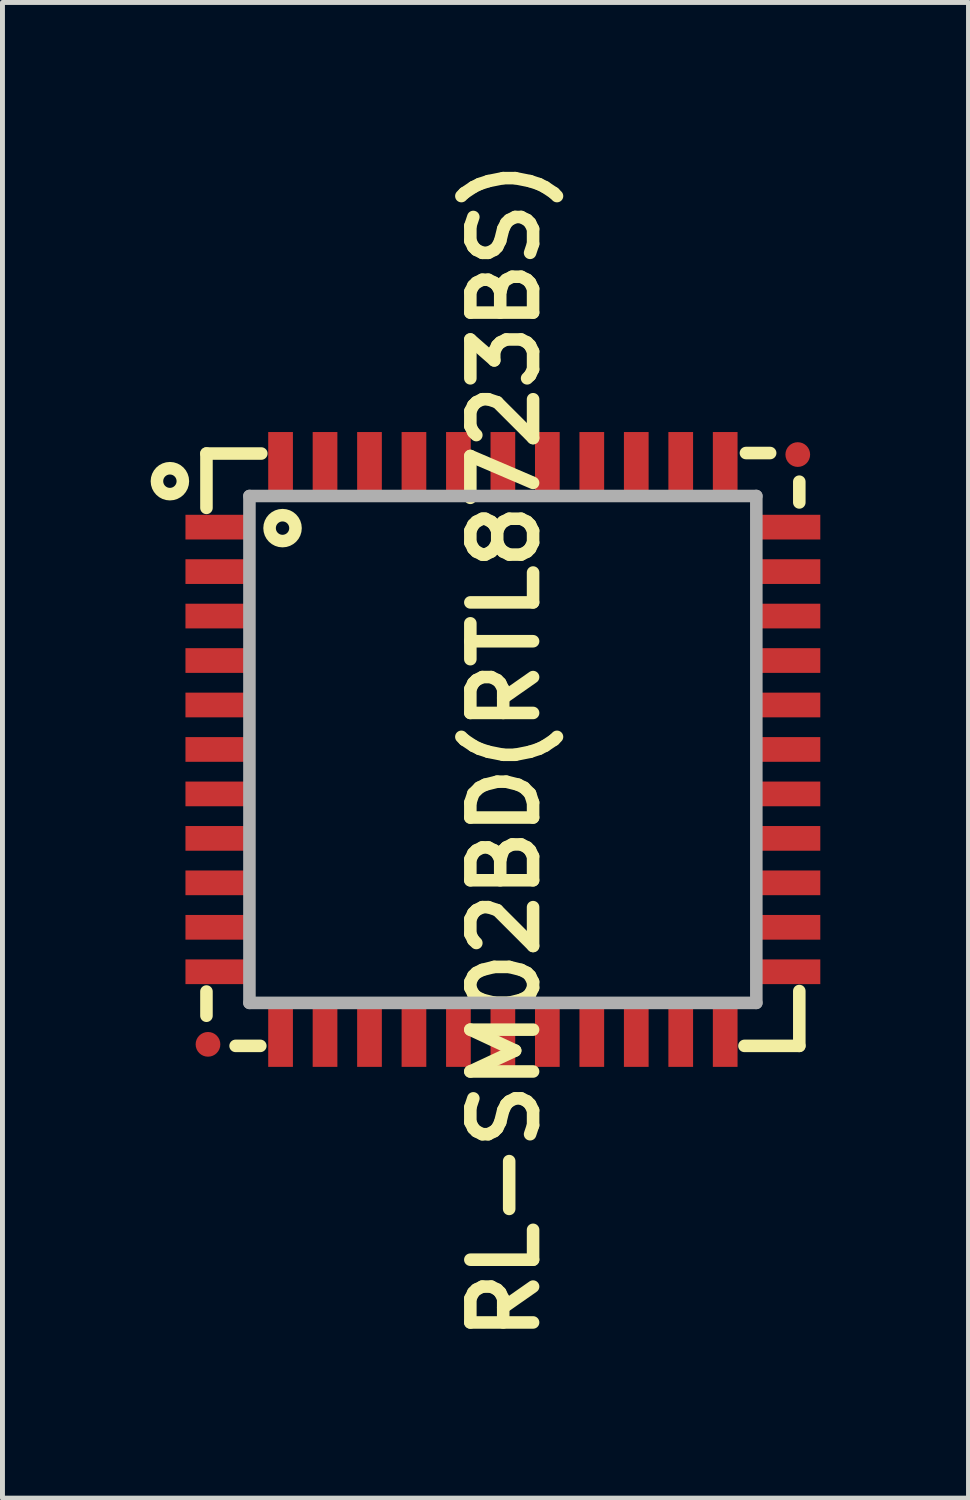
<source format=kicad_pcb>
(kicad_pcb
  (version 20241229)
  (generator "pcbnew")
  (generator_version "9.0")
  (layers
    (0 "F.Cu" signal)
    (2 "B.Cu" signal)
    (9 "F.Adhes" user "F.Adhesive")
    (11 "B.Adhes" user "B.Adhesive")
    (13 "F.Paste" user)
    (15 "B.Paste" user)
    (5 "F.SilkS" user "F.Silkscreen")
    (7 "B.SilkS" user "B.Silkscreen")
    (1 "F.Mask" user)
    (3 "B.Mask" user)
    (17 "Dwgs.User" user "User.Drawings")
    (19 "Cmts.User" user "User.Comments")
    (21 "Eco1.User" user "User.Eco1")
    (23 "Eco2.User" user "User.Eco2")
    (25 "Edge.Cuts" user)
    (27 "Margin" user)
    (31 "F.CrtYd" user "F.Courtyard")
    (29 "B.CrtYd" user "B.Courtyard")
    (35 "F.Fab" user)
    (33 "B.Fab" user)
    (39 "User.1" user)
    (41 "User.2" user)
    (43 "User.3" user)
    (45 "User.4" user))
  (footprint "RL-SM02BD(RTL8723BS)"
    (layer "F.Cu")
    (at 7.129 12.12)
    (property "Reference" "RL-SM02BD(RTL8723BS)" (at 0.037 0.017 90) (layer "F.SilkS") (effects (font (size 1.27 1.27) (thickness 0.254))))
    (attr smd)
    (fp_line (start -6 -5.99) (end -6 -4.89) (stroke (width 0.254) (type solid)) (layer "F.SilkS"))
    (fp_line (start -6 -5.99) (end -4.89 -5.99) (stroke (width 0.254) (type solid)) (layer "F.SilkS"))
    (fp_line (start -6 4.9) (end -6 5.39) (stroke (width 0.254) (type solid)) (layer "F.SilkS"))
    (fp_line (start -5.41 6) (end -4.91 6) (stroke (width 0.254) (type solid)) (layer "F.SilkS"))
    (fp_line (start 4.92 -6) (end 5.41 -6) (stroke (width 0.254) (type solid)) (layer "F.SilkS"))
    (fp_line (start 6 -5) (end 6 -5.42) (stroke (width 0.254) (type solid)) (layer "F.SilkS"))
    (fp_line (start 6 6) (end 4.89 6) (stroke (width 0.254) (type solid)) (layer "F.SilkS"))
    (fp_line (start 6 6) (end 6 4.89) (stroke (width 0.254) (type solid)) (layer "F.SilkS"))
    (fp_circle (center -6.74 -5.43) (end -6.49 -5.51) (stroke (width 0.254) (type solid)) (fill no) (layer "F.SilkS"))
    (fp_circle (center -4.46 -4.48) (end -4.21 -4.56) (stroke (width 0.254) (type solid)) (fill no) (layer "F.SilkS"))
    (fp_line (start -5.13 -5.13) (end 5.13 -5.13) (stroke (width 0.254) (type solid)) (layer "F.Fab"))
    (fp_line (start -5.13 5.13) (end -5.13 -5.13) (stroke (width 0.254) (type solid)) (layer "F.Fab"))
    (fp_line (start 5.13 -5.13) (end 5.13 5.13) (stroke (width 0.254) (type solid)) (layer "F.Fab"))
    (fp_line (start 5.13 5.13) (end -5.13 5.13) (stroke (width 0.254) (type solid)) (layer "F.Fab"))
    (pad "1" smd rect (at -5.775 -4.5) (size 1.3 0.5) (layers "F.Cu" "F.Mask" "F.Paste"))
    (pad "2" smd rect (at -5.775 -3.6) (size 1.3 0.5) (layers "F.Cu" "F.Mask" "F.Paste"))
    (pad "3" smd rect (at -5.775 -2.7) (size 1.3 0.5) (layers "F.Cu" "F.Mask" "F.Paste"))
    (pad "4" smd rect (at -5.775 -1.8) (size 1.3 0.5) (layers "F.Cu" "F.Mask" "F.Paste"))
    (pad "5" smd rect (at -5.775 -0.9) (size 1.3 0.5) (layers "F.Cu" "F.Mask" "F.Paste"))
    (pad "6" smd rect (at -5.775 0) (size 1.3 0.5) (layers "F.Cu" "F.Mask" "F.Paste"))
    (pad "7" smd rect (at -5.775 0.9) (size 1.3 0.5) (layers "F.Cu" "F.Mask" "F.Paste"))
    (pad "8" smd rect (at -5.775 1.8) (size 1.3 0.5) (layers "F.Cu" "F.Mask" "F.Paste"))
    (pad "9" smd rect (at -5.775 2.7) (size 1.3 0.5) (layers "F.Cu" "F.Mask" "F.Paste"))
    (pad "10" smd rect (at -5.775 3.6) (size 1.3 0.5) (layers "F.Cu" "F.Mask" "F.Paste"))
    (pad "11" smd rect (at -5.775 4.5) (size 1.3 0.5) (layers "F.Cu" "F.Mask" "F.Paste"))
    (pad "12" smd rect (at -4.5 5.775 90) (size 1.3 0.5) (layers "F.Cu" "F.Mask" "F.Paste"))
    (pad "13" smd rect (at -3.6 5.775 90) (size 1.3 0.5) (layers "F.Cu" "F.Mask" "F.Paste"))
    (pad "14" smd rect (at -2.7 5.775 90) (size 1.3 0.5) (layers "F.Cu" "F.Mask" "F.Paste"))
    (pad "15" smd rect (at -1.8 5.775 90) (size 1.3 0.5) (layers "F.Cu" "F.Mask" "F.Paste"))
    (pad "16" smd rect (at -0.9 5.775 90) (size 1.3 0.5) (layers "F.Cu" "F.Mask" "F.Paste"))
    (pad "17" smd rect (at 0 5.775 90) (size 1.3 0.5) (layers "F.Cu" "F.Mask" "F.Paste"))
    (pad "18" smd rect (at 0.9 5.775 90) (size 1.3 0.5) (layers "F.Cu" "F.Mask" "F.Paste"))
    (pad "19" smd rect (at 1.8 5.775 90) (size 1.3 0.5) (layers "F.Cu" "F.Mask" "F.Paste"))
    (pad "20" smd rect (at 2.7 5.775 90) (size 1.3 0.5) (layers "F.Cu" "F.Mask" "F.Paste"))
    (pad "21" smd rect (at 3.6 5.775 90) (size 1.3 0.5) (layers "F.Cu" "F.Mask" "F.Paste"))
    (pad "22" smd rect (at 4.5 5.775 90) (size 1.3 0.5) (layers "F.Cu" "F.Mask" "F.Paste"))
    (pad "23" smd rect (at 5.775 4.5 180) (size 1.3 0.5) (layers "F.Cu" "F.Mask" "F.Paste"))
    (pad "24" smd rect (at 5.775 3.6 180) (size 1.3 0.5) (layers "F.Cu" "F.Mask" "F.Paste"))
    (pad "25" smd rect (at 5.775 2.7 180) (size 1.3 0.5) (layers "F.Cu" "F.Mask" "F.Paste"))
    (pad "26" smd rect (at 5.775 1.8 180) (size 1.3 0.5) (layers "F.Cu" "F.Mask" "F.Paste"))
    (pad "27" smd rect (at 5.775 0.9 180) (size 1.3 0.5) (layers "F.Cu" "F.Mask" "F.Paste"))
    (pad "28" smd rect (at 5.775 0 180) (size 1.3 0.5) (layers "F.Cu" "F.Mask" "F.Paste"))
    (pad "29" smd rect (at 5.775 -0.9 180) (size 1.3 0.5) (layers "F.Cu" "F.Mask" "F.Paste"))
    (pad "30" smd rect (at 5.775 -1.8 180) (size 1.3 0.5) (layers "F.Cu" "F.Mask" "F.Paste"))
    (pad "31" smd rect (at 5.775 -2.7 180) (size 1.3 0.5) (layers "F.Cu" "F.Mask" "F.Paste"))
    (pad "32" smd rect (at 5.775 -3.6 180) (size 1.3 0.5) (layers "F.Cu" "F.Mask" "F.Paste"))
    (pad "33" smd rect (at 5.775 -4.5 180) (size 1.3 0.5) (layers "F.Cu" "F.Mask" "F.Paste"))
    (pad "34" smd rect (at 4.5 -5.775 270) (size 1.3 0.5) (layers "F.Cu" "F.Mask" "F.Paste"))
    (pad "35" smd rect (at 3.6 -5.775 270) (size 1.3 0.5) (layers "F.Cu" "F.Mask" "F.Paste"))
    (pad "36" smd rect (at 2.7 -5.775 270) (size 1.3 0.5) (layers "F.Cu" "F.Mask" "F.Paste"))
    (pad "37" smd rect (at 1.8 -5.775 270) (size 1.3 0.5) (layers "F.Cu" "F.Mask" "F.Paste"))
    (pad "38" smd rect (at 0.9 -5.775 270) (size 1.3 0.5) (layers "F.Cu" "F.Mask" "F.Paste"))
    (pad "39" smd rect (at 0 -5.775 270) (size 1.3 0.5) (layers "F.Cu" "F.Mask" "F.Paste"))
    (pad "40" smd rect (at -0.9 -5.775 270) (size 1.3 0.5) (layers "F.Cu" "F.Mask" "F.Paste"))
    (pad "41" smd rect (at -1.8 -5.775 270) (size 1.3 0.5) (layers "F.Cu" "F.Mask" "F.Paste"))
    (pad "42" smd rect (at -2.7 -5.775 270) (size 1.3 0.5) (layers "F.Cu" "F.Mask" "F.Paste"))
    (pad "43" smd rect (at -3.6 -5.775 270) (size 1.3 0.5) (layers "F.Cu" "F.Mask" "F.Paste"))
    (pad "44" smd rect (at -4.5 -5.775 270) (size 1.3 0.5) (layers "F.Cu" "F.Mask" "F.Paste"))
    (pad "FID1" smd circle (at -5.969 5.969 270) (size 0.5 0.5) (layers "F.Cu" "F.Mask"))
    (pad "FID2" smd circle (at 5.969 -5.969 270) (size 0.5 0.5) (layers "F.Cu" "F.Mask")))
  (gr_rect
    (start -3 -3)
    (end 16.554 27.275)
    (stroke (width 0.1) (type default))
    (fill no)
    (layer "Edge.Cuts")))
</source>
